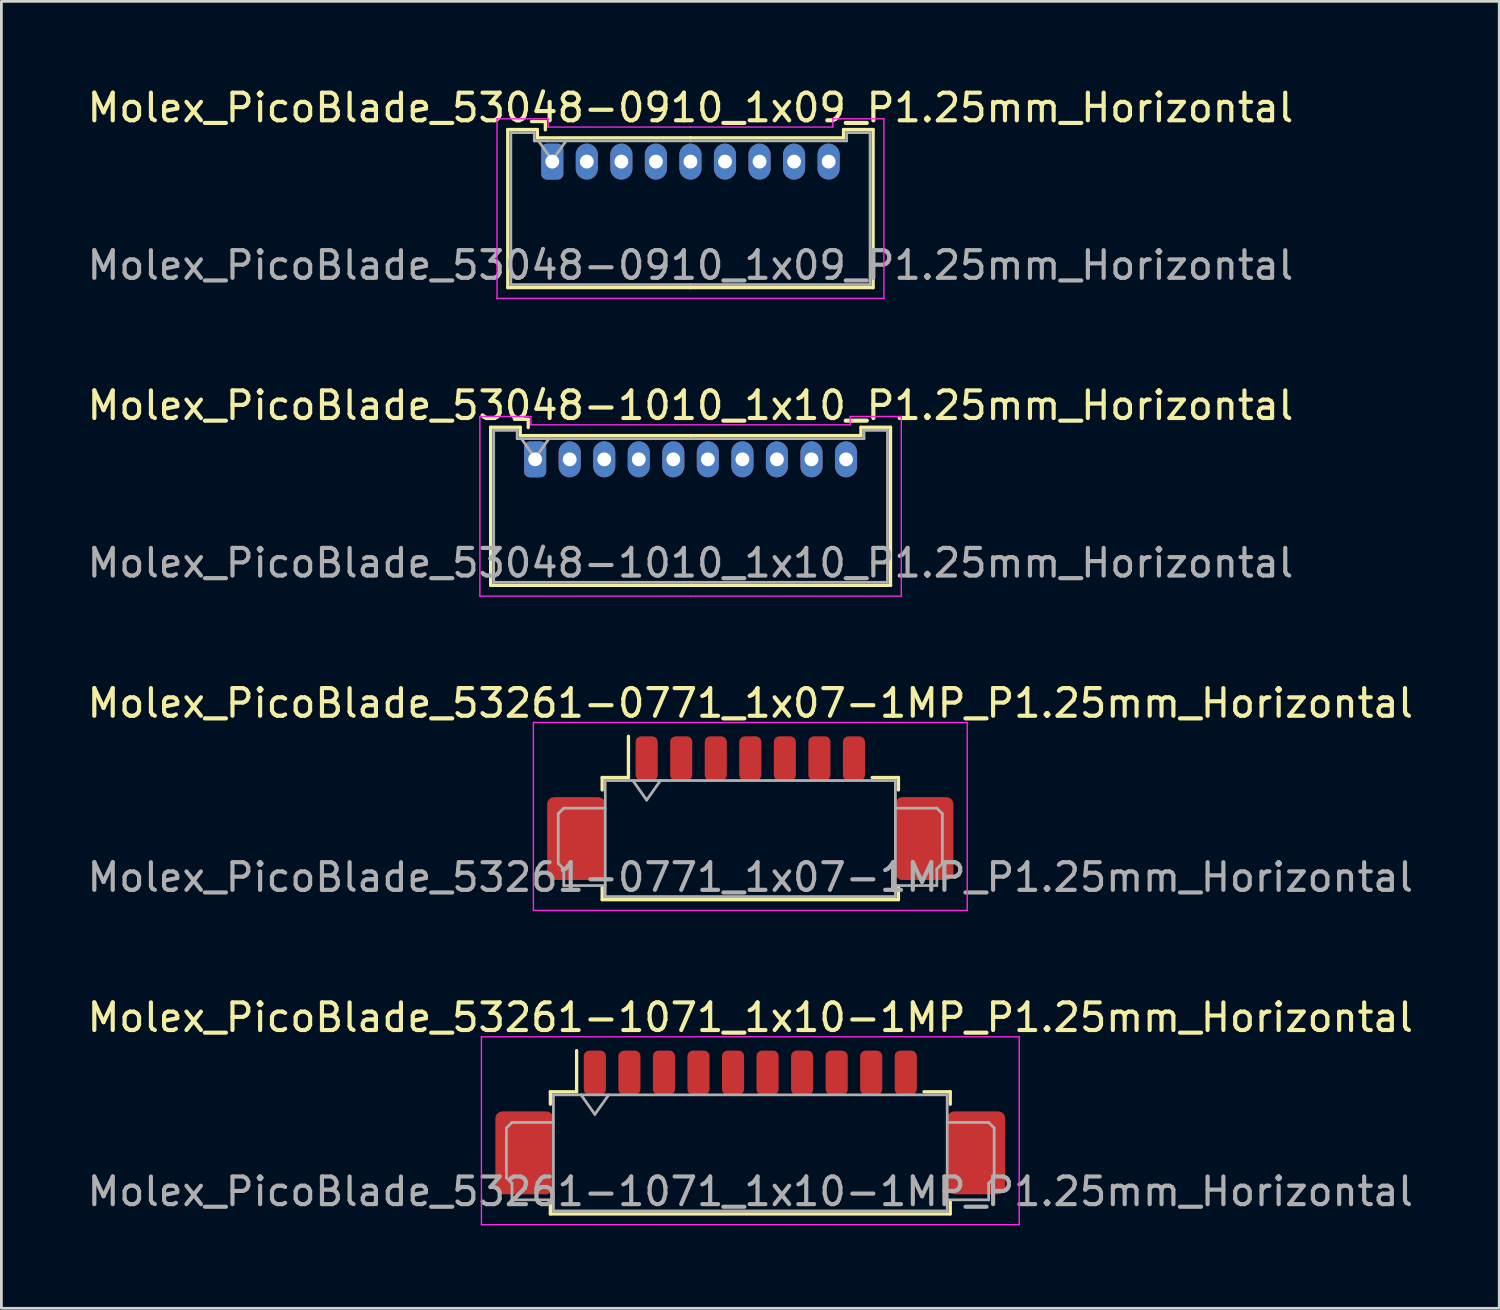
<source format=kicad_pcb>
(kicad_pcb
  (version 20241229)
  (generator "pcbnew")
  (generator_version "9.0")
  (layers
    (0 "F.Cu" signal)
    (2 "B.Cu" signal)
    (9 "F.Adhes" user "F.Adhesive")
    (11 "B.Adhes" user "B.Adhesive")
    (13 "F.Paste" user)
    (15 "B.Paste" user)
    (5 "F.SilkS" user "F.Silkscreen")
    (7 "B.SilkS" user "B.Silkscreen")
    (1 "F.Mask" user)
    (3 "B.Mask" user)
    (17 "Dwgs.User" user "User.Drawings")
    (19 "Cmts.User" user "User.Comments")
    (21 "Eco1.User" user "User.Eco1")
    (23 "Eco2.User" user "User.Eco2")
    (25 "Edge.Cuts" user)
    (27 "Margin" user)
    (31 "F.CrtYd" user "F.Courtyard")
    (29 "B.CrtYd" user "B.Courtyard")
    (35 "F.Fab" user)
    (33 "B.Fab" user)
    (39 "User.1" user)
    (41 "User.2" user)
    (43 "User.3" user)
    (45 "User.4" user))
  (footprint "Molex_PicoBlade_53261-1071_1x10-1MP_P1.25mm_Horizontal"
    (layer "F.Cu")
    (at 24.101 38.168)
    (property "Reference" "Molex_PicoBlade_53261-1071_1x10-1MP_P1.25mm_Horizontal" (at 0 -4.4 0) (layer "F.SilkS") (effects (font (size 1 1) (thickness 0.15))))
    (attr smd)
    (fp_line (start -7.235 -1.71) (end -6.285 -1.71) (stroke (width 0.12) (type solid)) (layer "F.SilkS"))
    (fp_line (start -7.235 -1.26) (end -7.235 -1.71) (stroke (width 0.12) (type solid)) (layer "F.SilkS"))
    (fp_line (start -7.235 2.26) (end -7.235 2.71) (stroke (width 0.12) (type solid)) (layer "F.SilkS"))
    (fp_line (start -7.235 2.71) (end 7.235 2.71) (stroke (width 0.12) (type solid)) (layer "F.SilkS"))
    (fp_line (start -6.285 -1.71) (end -6.285 -3.2) (stroke (width 0.12) (type solid)) (layer "F.SilkS"))
    (fp_line (start 7.235 -1.71) (end 6.285 -1.71) (stroke (width 0.12) (type solid)) (layer "F.SilkS"))
    (fp_line (start 7.235 -1.26) (end 7.235 -1.71) (stroke (width 0.12) (type solid)) (layer "F.SilkS"))
    (fp_line (start 7.235 2.71) (end 7.235 2.26) (stroke (width 0.12) (type solid)) (layer "F.SilkS"))
    (fp_line (start -9.73 -3.7) (end -9.73 3.1) (stroke (width 0.05) (type solid)) (layer "F.CrtYd"))
    (fp_line (start -9.73 3.1) (end 9.73 3.1) (stroke (width 0.05) (type solid)) (layer "F.CrtYd"))
    (fp_line (start 9.73 -3.7) (end -9.73 -3.7) (stroke (width 0.05) (type solid)) (layer "F.CrtYd"))
    (fp_line (start 9.73 3.1) (end 9.73 -3.7) (stroke (width 0.05) (type solid)) (layer "F.CrtYd"))
    (fp_line (start -8.825 -0.4) (end -8.825 1.4) (stroke (width 0.1) (type solid)) (layer "F.Fab"))
    (fp_line (start -8.825 1.4) (end -8.625 1.6) (stroke (width 0.1) (type solid)) (layer "F.Fab"))
    (fp_line (start -8.625 -0.6) (end -8.825 -0.4) (stroke (width 0.1) (type solid)) (layer "F.Fab"))
    (fp_line (start -8.625 1.6) (end -8.625 2.2) (stroke (width 0.1) (type solid)) (layer "F.Fab"))
    (fp_line (start -8.625 2.2) (end -7.125 2.2) (stroke (width 0.1) (type solid)) (layer "F.Fab"))
    (fp_line (start -7.125 -1.6) (end -7.125 2.6) (stroke (width 0.1) (type solid)) (layer "F.Fab"))
    (fp_line (start -7.125 -1.6) (end 7.125 -1.6) (stroke (width 0.1) (type solid)) (layer "F.Fab"))
    (fp_line (start -7.125 -0.6) (end -8.625 -0.6) (stroke (width 0.1) (type solid)) (layer "F.Fab"))
    (fp_line (start -7.125 2.6) (end 7.125 2.6) (stroke (width 0.1) (type solid)) (layer "F.Fab"))
    (fp_line (start -6.125 -1.6) (end -5.625 -0.893) (stroke (width 0.1) (type solid)) (layer "F.Fab"))
    (fp_line (start -5.625 -0.893) (end -5.125 -1.6) (stroke (width 0.1) (type solid)) (layer "F.Fab"))
    (fp_line (start 7.125 -1.6) (end 7.125 2.6) (stroke (width 0.1) (type solid)) (layer "F.Fab"))
    (fp_line (start 7.125 -0.6) (end 8.625 -0.6) (stroke (width 0.1) (type solid)) (layer "F.Fab"))
    (fp_line (start 8.625 -0.6) (end 8.825 -0.4) (stroke (width 0.1) (type solid)) (layer "F.Fab"))
    (fp_line (start 8.625 1.6) (end 8.625 2.2) (stroke (width 0.1) (type solid)) (layer "F.Fab"))
    (fp_line (start 8.625 2.2) (end 7.125 2.2) (stroke (width 0.1) (type solid)) (layer "F.Fab"))
    (fp_line (start 8.825 -0.4) (end 8.825 1.4) (stroke (width 0.1) (type solid)) (layer "F.Fab"))
    (fp_line (start 8.825 1.4) (end 8.625 1.6) (stroke (width 0.1) (type solid)) (layer "F.Fab"))
    (fp_text user "${REFERENCE}" (at 0 1.9 0) (layer "F.Fab") (effects (font (size 1 1) (thickness 0.15))))
    (pad "1" smd roundrect (at -5.625 -2.4) (size 0.8 1.6) (layers "F.Cu" "F.Mask" "F.Paste") (roundrect_rratio 0.25))
    (pad "2" smd roundrect (at -4.375 -2.4) (size 0.8 1.6) (layers "F.Cu" "F.Mask" "F.Paste") (roundrect_rratio 0.25))
    (pad "3" smd roundrect (at -3.125 -2.4) (size 0.8 1.6) (layers "F.Cu" "F.Mask" "F.Paste") (roundrect_rratio 0.25))
    (pad "4" smd roundrect (at -1.875 -2.4) (size 0.8 1.6) (layers "F.Cu" "F.Mask" "F.Paste") (roundrect_rratio 0.25))
    (pad "5" smd roundrect (at -0.625 -2.4) (size 0.8 1.6) (layers "F.Cu" "F.Mask" "F.Paste") (roundrect_rratio 0.25))
    (pad "6" smd roundrect (at 0.625 -2.4) (size 0.8 1.6) (layers "F.Cu" "F.Mask" "F.Paste") (roundrect_rratio 0.25))
    (pad "7" smd roundrect (at 1.875 -2.4) (size 0.8 1.6) (layers "F.Cu" "F.Mask" "F.Paste") (roundrect_rratio 0.25))
    (pad "8" smd roundrect (at 3.125 -2.4) (size 0.8 1.6) (layers "F.Cu" "F.Mask" "F.Paste") (roundrect_rratio 0.25))
    (pad "9" smd roundrect (at 4.375 -2.4) (size 0.8 1.6) (layers "F.Cu" "F.Mask" "F.Paste") (roundrect_rratio 0.25))
    (pad "10" smd roundrect (at 5.625 -2.4) (size 0.8 1.6) (layers "F.Cu" "F.Mask" "F.Paste") (roundrect_rratio 0.25))
    (pad "MP" smd roundrect (at -8.175 0.5) (size 2.1 3) (layers "F.Cu" "F.Mask" "F.Paste") (roundrect_rratio 0.119))
    (pad "MP" smd roundrect (at 8.175 0.5) (size 2.1 3) (layers "F.Cu" "F.Mask" "F.Paste") (roundrect_rratio 0.119)))
  (footprint "Molex_PicoBlade_53261-0771_1x07-1MP_P1.25mm_Horizontal"
    (layer "F.Cu")
    (at 24.101 26.795)
    (property "Reference" "Molex_PicoBlade_53261-0771_1x07-1MP_P1.25mm_Horizontal" (at 0 -4.4 0) (layer "F.SilkS") (effects (font (size 1 1) (thickness 0.15))))
    (attr smd)
    (fp_line (start -5.36 -1.71) (end -4.41 -1.71) (stroke (width 0.12) (type solid)) (layer "F.SilkS"))
    (fp_line (start -5.36 -1.26) (end -5.36 -1.71) (stroke (width 0.12) (type solid)) (layer "F.SilkS"))
    (fp_line (start -5.36 2.26) (end -5.36 2.71) (stroke (width 0.12) (type solid)) (layer "F.SilkS"))
    (fp_line (start -5.36 2.71) (end 5.36 2.71) (stroke (width 0.12) (type solid)) (layer "F.SilkS"))
    (fp_line (start -4.41 -1.71) (end -4.41 -3.2) (stroke (width 0.12) (type solid)) (layer "F.SilkS"))
    (fp_line (start 5.36 -1.71) (end 4.41 -1.71) (stroke (width 0.12) (type solid)) (layer "F.SilkS"))
    (fp_line (start 5.36 -1.26) (end 5.36 -1.71) (stroke (width 0.12) (type solid)) (layer "F.SilkS"))
    (fp_line (start 5.36 2.71) (end 5.36 2.26) (stroke (width 0.12) (type solid)) (layer "F.SilkS"))
    (fp_line (start -7.85 -3.7) (end -7.85 3.1) (stroke (width 0.05) (type solid)) (layer "F.CrtYd"))
    (fp_line (start -7.85 3.1) (end 7.85 3.1) (stroke (width 0.05) (type solid)) (layer "F.CrtYd"))
    (fp_line (start 7.85 -3.7) (end -7.85 -3.7) (stroke (width 0.05) (type solid)) (layer "F.CrtYd"))
    (fp_line (start 7.85 3.1) (end 7.85 -3.7) (stroke (width 0.05) (type solid)) (layer "F.CrtYd"))
    (fp_line (start -6.95 -0.4) (end -6.95 1.4) (stroke (width 0.1) (type solid)) (layer "F.Fab"))
    (fp_line (start -6.95 1.4) (end -6.75 1.6) (stroke (width 0.1) (type solid)) (layer "F.Fab"))
    (fp_line (start -6.75 -0.6) (end -6.95 -0.4) (stroke (width 0.1) (type solid)) (layer "F.Fab"))
    (fp_line (start -6.75 1.6) (end -6.75 2.2) (stroke (width 0.1) (type solid)) (layer "F.Fab"))
    (fp_line (start -6.75 2.2) (end -5.25 2.2) (stroke (width 0.1) (type solid)) (layer "F.Fab"))
    (fp_line (start -5.25 -1.6) (end -5.25 2.6) (stroke (width 0.1) (type solid)) (layer "F.Fab"))
    (fp_line (start -5.25 -1.6) (end 5.25 -1.6) (stroke (width 0.1) (type solid)) (layer "F.Fab"))
    (fp_line (start -5.25 -0.6) (end -6.75 -0.6) (stroke (width 0.1) (type solid)) (layer "F.Fab"))
    (fp_line (start -5.25 2.6) (end 5.25 2.6) (stroke (width 0.1) (type solid)) (layer "F.Fab"))
    (fp_line (start -4.25 -1.6) (end -3.75 -0.893) (stroke (width 0.1) (type solid)) (layer "F.Fab"))
    (fp_line (start -3.75 -0.893) (end -3.25 -1.6) (stroke (width 0.1) (type solid)) (layer "F.Fab"))
    (fp_line (start 5.25 -1.6) (end 5.25 2.6) (stroke (width 0.1) (type solid)) (layer "F.Fab"))
    (fp_line (start 5.25 -0.6) (end 6.75 -0.6) (stroke (width 0.1) (type solid)) (layer "F.Fab"))
    (fp_line (start 6.75 -0.6) (end 6.95 -0.4) (stroke (width 0.1) (type solid)) (layer "F.Fab"))
    (fp_line (start 6.75 1.6) (end 6.75 2.2) (stroke (width 0.1) (type solid)) (layer "F.Fab"))
    (fp_line (start 6.75 2.2) (end 5.25 2.2) (stroke (width 0.1) (type solid)) (layer "F.Fab"))
    (fp_line (start 6.95 -0.4) (end 6.95 1.4) (stroke (width 0.1) (type solid)) (layer "F.Fab"))
    (fp_line (start 6.95 1.4) (end 6.75 1.6) (stroke (width 0.1) (type solid)) (layer "F.Fab"))
    (fp_text user "${REFERENCE}" (at 0 1.9 0) (layer "F.Fab") (effects (font (size 1 1) (thickness 0.15))))
    (pad "1" smd roundrect (at -3.75 -2.4) (size 0.8 1.6) (layers "F.Cu" "F.Mask" "F.Paste") (roundrect_rratio 0.25))
    (pad "2" smd roundrect (at -2.5 -2.4) (size 0.8 1.6) (layers "F.Cu" "F.Mask" "F.Paste") (roundrect_rratio 0.25))
    (pad "3" smd roundrect (at -1.25 -2.4) (size 0.8 1.6) (layers "F.Cu" "F.Mask" "F.Paste") (roundrect_rratio 0.25))
    (pad "4" smd roundrect (at 0 -2.4) (size 0.8 1.6) (layers "F.Cu" "F.Mask" "F.Paste") (roundrect_rratio 0.25))
    (pad "5" smd roundrect (at 1.25 -2.4) (size 0.8 1.6) (layers "F.Cu" "F.Mask" "F.Paste") (roundrect_rratio 0.25))
    (pad "6" smd roundrect (at 2.5 -2.4) (size 0.8 1.6) (layers "F.Cu" "F.Mask" "F.Paste") (roundrect_rratio 0.25))
    (pad "7" smd roundrect (at 3.75 -2.4) (size 0.8 1.6) (layers "F.Cu" "F.Mask" "F.Paste") (roundrect_rratio 0.25))
    (pad "MP" smd roundrect (at -6.3 0.5) (size 2.1 3) (layers "F.Cu" "F.Mask" "F.Paste") (roundrect_rratio 0.119))
    (pad "MP" smd roundrect (at 6.3 0.5) (size 2.1 3) (layers "F.Cu" "F.Mask" "F.Paste") (roundrect_rratio 0.119)))
  (footprint "Molex_PicoBlade_53048-0910_1x09_P1.25mm_Horizontal"
    (layer "F.Cu")
    (at 16.935 2.798)
    (property "Reference" "Molex_PicoBlade_53048-0910_1x09_P1.25mm_Horizontal" (at 5 -1.95 0) (layer "F.SilkS") (effects (font (size 1 1) (thickness 0.15))))
    (attr through_hole)
    (fp_line (start -1.61 -1.16) (end -1.61 4.56) (stroke (width 0.12) (type solid)) (layer "F.SilkS"))
    (fp_line (start -1.61 4.56) (end 5 4.56) (stroke (width 0.12) (type solid)) (layer "F.SilkS"))
    (fp_line (start -0.54 -1.16) (end -1.61 -1.16) (stroke (width 0.12) (type solid)) (layer "F.SilkS"))
    (fp_line (start -0.54 -0.86) (end -0.54 -1.16) (stroke (width 0.12) (type solid)) (layer "F.SilkS"))
    (fp_line (start -0.25 -1.45) (end -0.75 -1.45) (stroke (width 0.12) (type solid)) (layer "F.SilkS"))
    (fp_line (start -0.25 -1.15) (end -0.25 -1.45) (stroke (width 0.12) (type solid)) (layer "F.SilkS"))
    (fp_line (start 5 -0.86) (end -0.54 -0.86) (stroke (width 0.12) (type solid)) (layer "F.SilkS"))
    (fp_line (start 5 -0.86) (end 10.54 -0.86) (stroke (width 0.12) (type solid)) (layer "F.SilkS"))
    (fp_line (start 10.54 -1.16) (end 11.61 -1.16) (stroke (width 0.12) (type solid)) (layer "F.SilkS"))
    (fp_line (start 10.54 -0.86) (end 10.54 -1.16) (stroke (width 0.12) (type solid)) (layer "F.SilkS"))
    (fp_line (start 11.61 -1.16) (end 11.61 4.56) (stroke (width 0.12) (type solid)) (layer "F.SilkS"))
    (fp_line (start 11.61 4.56) (end 5 4.56) (stroke (width 0.12) (type solid)) (layer "F.SilkS"))
    (fp_line (start -2 -1.55) (end -2 4.95) (stroke (width 0.05) (type solid)) (layer "F.CrtYd"))
    (fp_line (start -2 4.95) (end 5 4.95) (stroke (width 0.05) (type solid)) (layer "F.CrtYd"))
    (fp_line (start -0.15 -1.55) (end -2 -1.55) (stroke (width 0.05) (type solid)) (layer "F.CrtYd"))
    (fp_line (start -0.15 -1.25) (end -0.15 -1.55) (stroke (width 0.05) (type solid)) (layer "F.CrtYd"))
    (fp_line (start 5 -1.25) (end -0.15 -1.25) (stroke (width 0.05) (type solid)) (layer "F.CrtYd"))
    (fp_line (start 5 -1.25) (end 10.15 -1.25) (stroke (width 0.05) (type solid)) (layer "F.CrtYd"))
    (fp_line (start 10.15 -1.55) (end 12 -1.55) (stroke (width 0.05) (type solid)) (layer "F.CrtYd"))
    (fp_line (start 10.15 -1.25) (end 10.15 -1.55) (stroke (width 0.05) (type solid)) (layer "F.CrtYd"))
    (fp_line (start 12 -1.55) (end 12 4.95) (stroke (width 0.05) (type solid)) (layer "F.CrtYd"))
    (fp_line (start 12 4.95) (end 5 4.95) (stroke (width 0.05) (type solid)) (layer "F.CrtYd"))
    (fp_line (start -1.5 -1.05) (end -1.5 4.45) (stroke (width 0.1) (type solid)) (layer "F.Fab"))
    (fp_line (start -1.5 4.45) (end 5 4.45) (stroke (width 0.1) (type solid)) (layer "F.Fab"))
    (fp_line (start -0.65 -1.05) (end -1.5 -1.05) (stroke (width 0.1) (type solid)) (layer "F.Fab"))
    (fp_line (start -0.65 -0.75) (end -0.65 -1.05) (stroke (width 0.1) (type solid)) (layer "F.Fab"))
    (fp_line (start -0.5 -0.75) (end 0 -0.043) (stroke (width 0.1) (type solid)) (layer "F.Fab"))
    (fp_line (start 0 -0.043) (end 0.5 -0.75) (stroke (width 0.1) (type solid)) (layer "F.Fab"))
    (fp_line (start 5 -0.75) (end -0.65 -0.75) (stroke (width 0.1) (type solid)) (layer "F.Fab"))
    (fp_line (start 5 -0.75) (end 10.65 -0.75) (stroke (width 0.1) (type solid)) (layer "F.Fab"))
    (fp_line (start 10.65 -1.05) (end 11.5 -1.05) (stroke (width 0.1) (type solid)) (layer "F.Fab"))
    (fp_line (start 10.65 -0.75) (end 10.65 -1.05) (stroke (width 0.1) (type solid)) (layer "F.Fab"))
    (fp_line (start 11.5 -1.05) (end 11.5 4.45) (stroke (width 0.1) (type solid)) (layer "F.Fab"))
    (fp_line (start 11.5 4.45) (end 5 4.45) (stroke (width 0.1) (type solid)) (layer "F.Fab"))
    (fp_text user "${REFERENCE}" (at 5 3.75 0) (layer "F.Fab") (effects (font (size 1 1) (thickness 0.15))))
    (pad "1" thru_hole roundrect (at 0 0) (size 0.8 1.3) (drill 0.5) (layers "*.Cu" "*.Mask") (roundrect_rratio 0.25))
    (pad "2" thru_hole oval (at 1.25 0) (size 0.8 1.3) (drill 0.5) (layers "*.Cu" "*.Mask"))
    (pad "3" thru_hole oval (at 2.5 0) (size 0.8 1.3) (drill 0.5) (layers "*.Cu" "*.Mask"))
    (pad "4" thru_hole oval (at 3.75 0) (size 0.8 1.3) (drill 0.5) (layers "*.Cu" "*.Mask"))
    (pad "5" thru_hole oval (at 5 0) (size 0.8 1.3) (drill 0.5) (layers "*.Cu" "*.Mask"))
    (pad "6" thru_hole oval (at 6.25 0) (size 0.8 1.3) (drill 0.5) (layers "*.Cu" "*.Mask"))
    (pad "7" thru_hole oval (at 7.5 0) (size 0.8 1.3) (drill 0.5) (layers "*.Cu" "*.Mask"))
    (pad "8" thru_hole oval (at 8.75 0) (size 0.8 1.3) (drill 0.5) (layers "*.Cu" "*.Mask"))
    (pad "9" thru_hole oval (at 10 0) (size 0.8 1.3) (drill 0.5) (layers "*.Cu" "*.Mask")))
  (footprint "Molex_PicoBlade_53048-1010_1x10_P1.25mm_Horizontal"
    (layer "F.Cu")
    (at 16.315 13.572)
    (property "Reference" "Molex_PicoBlade_53048-1010_1x10_P1.25mm_Horizontal" (at 5.62 -1.95 0) (layer "F.SilkS") (effects (font (size 1 1) (thickness 0.15))))
    (attr through_hole)
    (fp_line (start -1.61 -1.16) (end -1.61 4.56) (stroke (width 0.12) (type solid)) (layer "F.SilkS"))
    (fp_line (start -1.61 4.56) (end 5.625 4.56) (stroke (width 0.12) (type solid)) (layer "F.SilkS"))
    (fp_line (start -0.54 -1.16) (end -1.61 -1.16) (stroke (width 0.12) (type solid)) (layer "F.SilkS"))
    (fp_line (start -0.54 -0.86) (end -0.54 -1.16) (stroke (width 0.12) (type solid)) (layer "F.SilkS"))
    (fp_line (start -0.25 -1.45) (end -0.75 -1.45) (stroke (width 0.12) (type solid)) (layer "F.SilkS"))
    (fp_line (start -0.25 -1.15) (end -0.25 -1.45) (stroke (width 0.12) (type solid)) (layer "F.SilkS"))
    (fp_line (start 5.625 -0.86) (end -0.54 -0.86) (stroke (width 0.12) (type solid)) (layer "F.SilkS"))
    (fp_line (start 5.625 -0.86) (end 11.79 -0.86) (stroke (width 0.12) (type solid)) (layer "F.SilkS"))
    (fp_line (start 11.79 -1.16) (end 12.86 -1.16) (stroke (width 0.12) (type solid)) (layer "F.SilkS"))
    (fp_line (start 11.79 -0.86) (end 11.79 -1.16) (stroke (width 0.12) (type solid)) (layer "F.SilkS"))
    (fp_line (start 12.86 -1.16) (end 12.86 4.56) (stroke (width 0.12) (type solid)) (layer "F.SilkS"))
    (fp_line (start 12.86 4.56) (end 5.625 4.56) (stroke (width 0.12) (type solid)) (layer "F.SilkS"))
    (fp_line (start -2 -1.55) (end -2 4.95) (stroke (width 0.05) (type solid)) (layer "F.CrtYd"))
    (fp_line (start -2 4.95) (end 5.62 4.95) (stroke (width 0.05) (type solid)) (layer "F.CrtYd"))
    (fp_line (start -0.15 -1.55) (end -2 -1.55) (stroke (width 0.05) (type solid)) (layer "F.CrtYd"))
    (fp_line (start -0.15 -1.25) (end -0.15 -1.55) (stroke (width 0.05) (type solid)) (layer "F.CrtYd"))
    (fp_line (start 5.62 -1.25) (end -0.15 -1.25) (stroke (width 0.05) (type solid)) (layer "F.CrtYd"))
    (fp_line (start 5.63 -1.25) (end 11.4 -1.25) (stroke (width 0.05) (type solid)) (layer "F.CrtYd"))
    (fp_line (start 11.4 -1.55) (end 13.25 -1.55) (stroke (width 0.05) (type solid)) (layer "F.CrtYd"))
    (fp_line (start 11.4 -1.25) (end 11.4 -1.55) (stroke (width 0.05) (type solid)) (layer "F.CrtYd"))
    (fp_line (start 13.25 -1.55) (end 13.25 4.95) (stroke (width 0.05) (type solid)) (layer "F.CrtYd"))
    (fp_line (start 13.25 4.95) (end 5.63 4.95) (stroke (width 0.05) (type solid)) (layer "F.CrtYd"))
    (fp_line (start -1.5 -1.05) (end -1.5 4.45) (stroke (width 0.1) (type solid)) (layer "F.Fab"))
    (fp_line (start -1.5 4.45) (end 5.625 4.45) (stroke (width 0.1) (type solid)) (layer "F.Fab"))
    (fp_line (start -0.65 -1.05) (end -1.5 -1.05) (stroke (width 0.1) (type solid)) (layer "F.Fab"))
    (fp_line (start -0.65 -0.75) (end -0.65 -1.05) (stroke (width 0.1) (type solid)) (layer "F.Fab"))
    (fp_line (start -0.5 -0.75) (end 0 -0.043) (stroke (width 0.1) (type solid)) (layer "F.Fab"))
    (fp_line (start 0 -0.043) (end 0.5 -0.75) (stroke (width 0.1) (type solid)) (layer "F.Fab"))
    (fp_line (start 5.625 -0.75) (end -0.65 -0.75) (stroke (width 0.1) (type solid)) (layer "F.Fab"))
    (fp_line (start 5.625 -0.75) (end 11.9 -0.75) (stroke (width 0.1) (type solid)) (layer "F.Fab"))
    (fp_line (start 11.9 -1.05) (end 12.75 -1.05) (stroke (width 0.1) (type solid)) (layer "F.Fab"))
    (fp_line (start 11.9 -0.75) (end 11.9 -1.05) (stroke (width 0.1) (type solid)) (layer "F.Fab"))
    (fp_line (start 12.75 -1.05) (end 12.75 4.45) (stroke (width 0.1) (type solid)) (layer "F.Fab"))
    (fp_line (start 12.75 4.45) (end 5.625 4.45) (stroke (width 0.1) (type solid)) (layer "F.Fab"))
    (fp_text user "${REFERENCE}" (at 5.62 3.75 0) (layer "F.Fab") (effects (font (size 1 1) (thickness 0.15))))
    (pad "1" thru_hole roundrect (at 0 0) (size 0.8 1.3) (drill 0.5) (layers "*.Cu" "*.Mask") (roundrect_rratio 0.25))
    (pad "2" thru_hole oval (at 1.25 0) (size 0.8 1.3) (drill 0.5) (layers "*.Cu" "*.Mask"))
    (pad "3" thru_hole oval (at 2.5 0) (size 0.8 1.3) (drill 0.5) (layers "*.Cu" "*.Mask"))
    (pad "4" thru_hole oval (at 3.75 0) (size 0.8 1.3) (drill 0.5) (layers "*.Cu" "*.Mask"))
    (pad "5" thru_hole oval (at 5 0) (size 0.8 1.3) (drill 0.5) (layers "*.Cu" "*.Mask"))
    (pad "6" thru_hole oval (at 6.25 0) (size 0.8 1.3) (drill 0.5) (layers "*.Cu" "*.Mask"))
    (pad "7" thru_hole oval (at 7.5 0) (size 0.8 1.3) (drill 0.5) (layers "*.Cu" "*.Mask"))
    (pad "8" thru_hole oval (at 8.75 0) (size 0.8 1.3) (drill 0.5) (layers "*.Cu" "*.Mask"))
    (pad "9" thru_hole oval (at 10 0) (size 0.8 1.3) (drill 0.5) (layers "*.Cu" "*.Mask"))
    (pad "10" thru_hole oval (at 11.25 0) (size 0.8 1.3) (drill 0.5) (layers "*.Cu" "*.Mask")))
  (gr_rect
    (start -3 -3)
    (end 51.202 44.293)
    (stroke (width 0.1) (type default))
    (fill no)
    (layer "Edge.Cuts")))
</source>
